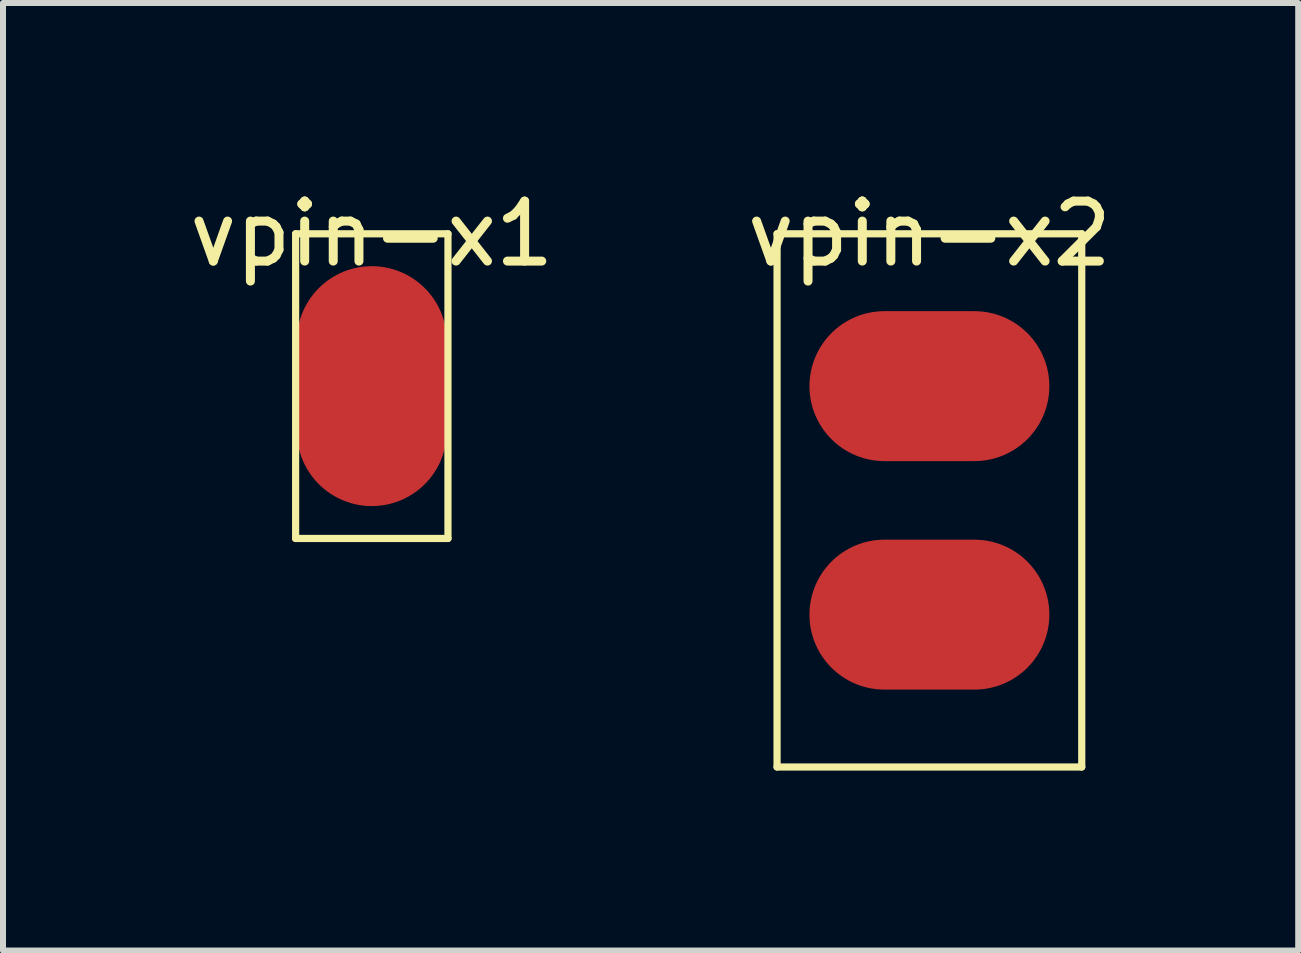
<source format=kicad_pcb>
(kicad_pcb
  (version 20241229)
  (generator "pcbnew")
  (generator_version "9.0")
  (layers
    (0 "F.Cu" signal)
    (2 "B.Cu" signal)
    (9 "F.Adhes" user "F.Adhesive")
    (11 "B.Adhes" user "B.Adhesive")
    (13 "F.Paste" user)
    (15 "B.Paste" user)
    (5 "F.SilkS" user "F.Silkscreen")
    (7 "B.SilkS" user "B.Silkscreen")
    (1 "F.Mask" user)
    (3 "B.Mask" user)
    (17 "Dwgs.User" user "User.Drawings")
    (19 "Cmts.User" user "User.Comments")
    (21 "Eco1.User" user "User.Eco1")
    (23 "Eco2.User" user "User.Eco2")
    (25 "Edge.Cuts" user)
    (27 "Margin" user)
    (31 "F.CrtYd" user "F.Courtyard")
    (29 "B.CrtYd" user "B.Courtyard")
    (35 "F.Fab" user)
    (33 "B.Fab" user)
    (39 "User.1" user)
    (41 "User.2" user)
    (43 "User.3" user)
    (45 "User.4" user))
  (footprint "vpin-x1"
    (layer "F.Cu")
    (at 3.149 4.658)
    (property "Reference" "vpin-x1" (at 0 -3.81 0) (layer "F.SilkS") (effects (font (size 1 1) (thickness 0.15))))
    (attr through_hole)
    (fp_line (start -1.27 -3.81) (end 1.27 -3.81) (stroke (width 0.12) (type solid)) (layer "F.SilkS"))
    (fp_line (start -1.27 1.27) (end -1.27 -3.81) (stroke (width 0.12) (type solid)) (layer "F.SilkS"))
    (fp_line (start 1.27 -3.81) (end 1.27 1.27) (stroke (width 0.12) (type solid)) (layer "F.SilkS"))
    (fp_line (start 1.27 1.27) (end -1.27 1.27) (stroke (width 0.12) (type solid)) (layer "F.SilkS"))
    (pad "1" smd oval (at 0 -1.27) (size 2.5 4) (layers "F.Cu" "F.Mask" "F.Paste")))
  (footprint "vpin-x2"
    (layer "F.Cu")
    (at 12.446 4.658)
    (property "Reference" "vpin-x2" (at 0 -3.81 0) (layer "F.SilkS") (effects (font (size 1 1) (thickness 0.15))))
    (attr through_hole)
    (fp_line (start -2.54 -3.81) (end 2.54 -3.81) (stroke (width 0.12) (type solid)) (layer "F.SilkS"))
    (fp_line (start -2.54 5.08) (end -2.54 -3.81) (stroke (width 0.12) (type solid)) (layer "F.SilkS"))
    (fp_line (start 2.54 -3.81) (end 2.54 5.08) (stroke (width 0.12) (type solid)) (layer "F.SilkS"))
    (fp_line (start 2.54 5.08) (end -2.54 5.08) (stroke (width 0.12) (type solid)) (layer "F.SilkS"))
    (pad "1" smd oval (at 0 -1.27) (size 4 2.5) (layers "F.Cu" "F.Mask" "F.Paste"))
    (pad "2" smd oval (at 0 2.54) (size 4 2.5) (layers "F.Cu" "F.Mask" "F.Paste")))
  (gr_rect
    (start -3 -3)
    (end 18.595 12.798)
    (stroke (width 0.1) (type default))
    (fill no)
    (layer "Edge.Cuts")))
</source>
